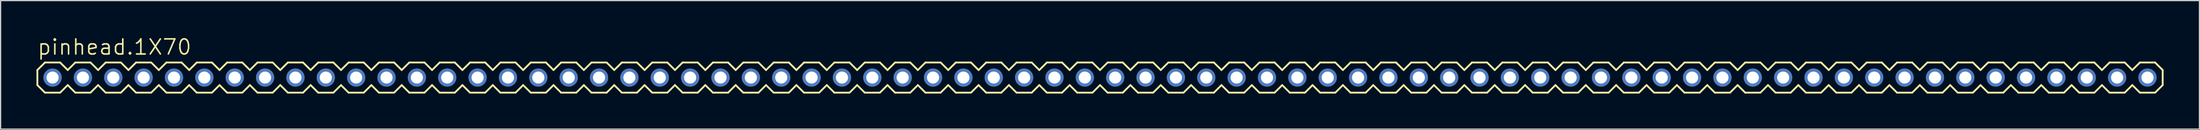
<source format=kicad_pcb>
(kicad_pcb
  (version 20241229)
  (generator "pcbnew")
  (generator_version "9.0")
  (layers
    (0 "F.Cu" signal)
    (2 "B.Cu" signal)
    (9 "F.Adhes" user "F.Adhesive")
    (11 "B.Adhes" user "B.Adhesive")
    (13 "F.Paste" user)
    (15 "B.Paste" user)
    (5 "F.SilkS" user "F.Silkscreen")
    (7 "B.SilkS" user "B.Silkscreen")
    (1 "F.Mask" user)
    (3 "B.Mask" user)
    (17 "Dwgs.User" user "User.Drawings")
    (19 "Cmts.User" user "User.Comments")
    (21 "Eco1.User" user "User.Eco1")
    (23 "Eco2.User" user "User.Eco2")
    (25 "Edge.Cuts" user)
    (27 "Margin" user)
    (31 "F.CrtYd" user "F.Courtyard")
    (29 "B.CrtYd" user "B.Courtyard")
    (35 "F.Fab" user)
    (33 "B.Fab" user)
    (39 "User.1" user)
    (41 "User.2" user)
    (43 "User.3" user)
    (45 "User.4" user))
  (footprint "pinhead.1X70"
    (layer "F.Cu")
    (at 88.976 3.489)
    (property "Reference" "pinhead.1X70" (at -88.976 -1.829 0) (layer "F.SilkS") (effects (font (size 1.27 1.27) (thickness 0.13)) (justify left bottom)))
    (attr through_hole)
    (fp_line (start -88.9 -0.635) (end -88.9 0.635) (stroke (width 0.152) (type default)) (layer "F.SilkS"))
    (fp_line (start -88.9 0.635) (end -88.265 1.27) (stroke (width 0.152) (type default)) (layer "F.SilkS"))
    (fp_line (start -88.265 -1.27) (end -88.9 -0.635) (stroke (width 0.152) (type default)) (layer "F.SilkS"))
    (fp_line (start -88.265 -1.27) (end -86.995 -1.27) (stroke (width 0.152) (type default)) (layer "F.SilkS"))
    (fp_line (start -86.995 -1.27) (end -86.36 -0.635) (stroke (width 0.152) (type default)) (layer "F.SilkS"))
    (fp_line (start -86.995 1.27) (end -88.265 1.27) (stroke (width 0.152) (type default)) (layer "F.SilkS"))
    (fp_line (start -86.36 -0.635) (end -85.725 -1.27) (stroke (width 0.152) (type default)) (layer "F.SilkS"))
    (fp_line (start -86.36 0.635) (end -86.995 1.27) (stroke (width 0.152) (type default)) (layer "F.SilkS"))
    (fp_line (start -85.725 -1.27) (end -84.455 -1.27) (stroke (width 0.152) (type default)) (layer "F.SilkS"))
    (fp_line (start -85.725 1.27) (end -86.36 0.635) (stroke (width 0.152) (type default)) (layer "F.SilkS"))
    (fp_line (start -84.455 -1.27) (end -83.82 -0.635) (stroke (width 0.152) (type default)) (layer "F.SilkS"))
    (fp_line (start -84.455 1.27) (end -85.725 1.27) (stroke (width 0.152) (type default)) (layer "F.SilkS"))
    (fp_line (start -83.82 -0.635) (end -83.185 -1.27) (stroke (width 0.152) (type default)) (layer "F.SilkS"))
    (fp_line (start -83.82 0.635) (end -84.455 1.27) (stroke (width 0.152) (type default)) (layer "F.SilkS"))
    (fp_line (start -83.185 -1.27) (end -81.915 -1.27) (stroke (width 0.152) (type default)) (layer "F.SilkS"))
    (fp_line (start -83.185 1.27) (end -83.82 0.635) (stroke (width 0.152) (type default)) (layer "F.SilkS"))
    (fp_line (start -81.915 -1.27) (end -81.28 -0.635) (stroke (width 0.152) (type default)) (layer "F.SilkS"))
    (fp_line (start -81.915 1.27) (end -83.185 1.27) (stroke (width 0.152) (type default)) (layer "F.SilkS"))
    (fp_line (start -81.28 0.635) (end -81.915 1.27) (stroke (width 0.152) (type default)) (layer "F.SilkS"))
    (fp_line (start -81.28 0.635) (end -80.645 1.27) (stroke (width 0.152) (type default)) (layer "F.SilkS"))
    (fp_line (start -80.645 -1.27) (end -81.28 -0.635) (stroke (width 0.152) (type default)) (layer "F.SilkS"))
    (fp_line (start -80.645 -1.27) (end -79.375 -1.27) (stroke (width 0.152) (type default)) (layer "F.SilkS"))
    (fp_line (start -79.375 -1.27) (end -78.74 -0.635) (stroke (width 0.152) (type default)) (layer "F.SilkS"))
    (fp_line (start -79.375 1.27) (end -80.645 1.27) (stroke (width 0.152) (type default)) (layer "F.SilkS"))
    (fp_line (start -78.74 -0.635) (end -78.105 -1.27) (stroke (width 0.152) (type default)) (layer "F.SilkS"))
    (fp_line (start -78.74 0.635) (end -79.375 1.27) (stroke (width 0.152) (type default)) (layer "F.SilkS"))
    (fp_line (start -78.105 -1.27) (end -76.835 -1.27) (stroke (width 0.152) (type default)) (layer "F.SilkS"))
    (fp_line (start -78.105 1.27) (end -78.74 0.635) (stroke (width 0.152) (type default)) (layer "F.SilkS"))
    (fp_line (start -76.835 -1.27) (end -76.2 -0.635) (stroke (width 0.152) (type default)) (layer "F.SilkS"))
    (fp_line (start -76.835 1.27) (end -78.105 1.27) (stroke (width 0.152) (type default)) (layer "F.SilkS"))
    (fp_line (start -76.2 -0.635) (end -75.565 -1.27) (stroke (width 0.152) (type default)) (layer "F.SilkS"))
    (fp_line (start -76.2 0.635) (end -76.835 1.27) (stroke (width 0.152) (type default)) (layer "F.SilkS"))
    (fp_line (start -75.565 -1.27) (end -74.295 -1.27) (stroke (width 0.152) (type default)) (layer "F.SilkS"))
    (fp_line (start -75.565 1.27) (end -76.2 0.635) (stroke (width 0.152) (type default)) (layer "F.SilkS"))
    (fp_line (start -74.295 -1.27) (end -73.66 -0.635) (stroke (width 0.152) (type default)) (layer "F.SilkS"))
    (fp_line (start -74.295 1.27) (end -75.565 1.27) (stroke (width 0.152) (type default)) (layer "F.SilkS"))
    (fp_line (start -73.66 0.635) (end -74.295 1.27) (stroke (width 0.152) (type default)) (layer "F.SilkS"))
    (fp_line (start -73.66 0.635) (end -73.025 1.27) (stroke (width 0.152) (type default)) (layer "F.SilkS"))
    (fp_line (start -73.025 -1.27) (end -73.66 -0.635) (stroke (width 0.152) (type default)) (layer "F.SilkS"))
    (fp_line (start -73.025 -1.27) (end -71.755 -1.27) (stroke (width 0.152) (type default)) (layer "F.SilkS"))
    (fp_line (start -71.755 -1.27) (end -71.12 -0.635) (stroke (width 0.152) (type default)) (layer "F.SilkS"))
    (fp_line (start -71.755 1.27) (end -73.025 1.27) (stroke (width 0.152) (type default)) (layer "F.SilkS"))
    (fp_line (start -71.12 -0.635) (end -70.485 -1.27) (stroke (width 0.152) (type default)) (layer "F.SilkS"))
    (fp_line (start -71.12 0.635) (end -71.755 1.27) (stroke (width 0.152) (type default)) (layer "F.SilkS"))
    (fp_line (start -70.485 -1.27) (end -69.215 -1.27) (stroke (width 0.152) (type default)) (layer "F.SilkS"))
    (fp_line (start -70.485 1.27) (end -71.12 0.635) (stroke (width 0.152) (type default)) (layer "F.SilkS"))
    (fp_line (start -69.215 -1.27) (end -68.58 -0.635) (stroke (width 0.152) (type default)) (layer "F.SilkS"))
    (fp_line (start -69.215 1.27) (end -70.485 1.27) (stroke (width 0.152) (type default)) (layer "F.SilkS"))
    (fp_line (start -68.58 -0.635) (end -67.945 -1.27) (stroke (width 0.152) (type default)) (layer "F.SilkS"))
    (fp_line (start -68.58 0.635) (end -69.215 1.27) (stroke (width 0.152) (type default)) (layer "F.SilkS"))
    (fp_line (start -67.945 -1.27) (end -66.675 -1.27) (stroke (width 0.152) (type default)) (layer "F.SilkS"))
    (fp_line (start -67.945 1.27) (end -68.58 0.635) (stroke (width 0.152) (type default)) (layer "F.SilkS"))
    (fp_line (start -66.675 -1.27) (end -66.04 -0.635) (stroke (width 0.152) (type default)) (layer "F.SilkS"))
    (fp_line (start -66.675 1.27) (end -67.945 1.27) (stroke (width 0.152) (type default)) (layer "F.SilkS"))
    (fp_line (start -66.04 0.635) (end -66.675 1.27) (stroke (width 0.152) (type default)) (layer "F.SilkS"))
    (fp_line (start -66.04 0.635) (end -65.405 1.27) (stroke (width 0.152) (type default)) (layer "F.SilkS"))
    (fp_line (start -65.405 -1.27) (end -66.04 -0.635) (stroke (width 0.152) (type default)) (layer "F.SilkS"))
    (fp_line (start -65.405 -1.27) (end -64.135 -1.27) (stroke (width 0.152) (type default)) (layer "F.SilkS"))
    (fp_line (start -64.135 -1.27) (end -63.5 -0.635) (stroke (width 0.152) (type default)) (layer "F.SilkS"))
    (fp_line (start -64.135 1.27) (end -65.405 1.27) (stroke (width 0.152) (type default)) (layer "F.SilkS"))
    (fp_line (start -63.5 -0.635) (end -62.865 -1.27) (stroke (width 0.152) (type default)) (layer "F.SilkS"))
    (fp_line (start -63.5 0.635) (end -64.135 1.27) (stroke (width 0.152) (type default)) (layer "F.SilkS"))
    (fp_line (start -62.865 -1.27) (end -61.595 -1.27) (stroke (width 0.152) (type default)) (layer "F.SilkS"))
    (fp_line (start -62.865 1.27) (end -63.5 0.635) (stroke (width 0.152) (type default)) (layer "F.SilkS"))
    (fp_line (start -61.595 -1.27) (end -60.96 -0.635) (stroke (width 0.152) (type default)) (layer "F.SilkS"))
    (fp_line (start -61.595 1.27) (end -62.865 1.27) (stroke (width 0.152) (type default)) (layer "F.SilkS"))
    (fp_line (start -60.96 -0.635) (end -60.325 -1.27) (stroke (width 0.152) (type default)) (layer "F.SilkS"))
    (fp_line (start -60.96 0.635) (end -61.595 1.27) (stroke (width 0.152) (type default)) (layer "F.SilkS"))
    (fp_line (start -60.325 -1.27) (end -59.055 -1.27) (stroke (width 0.152) (type default)) (layer "F.SilkS"))
    (fp_line (start -60.325 1.27) (end -60.96 0.635) (stroke (width 0.152) (type default)) (layer "F.SilkS"))
    (fp_line (start -59.055 -1.27) (end -58.42 -0.635) (stroke (width 0.152) (type default)) (layer "F.SilkS"))
    (fp_line (start -59.055 1.27) (end -60.325 1.27) (stroke (width 0.152) (type default)) (layer "F.SilkS"))
    (fp_line (start -58.42 0.635) (end -59.055 1.27) (stroke (width 0.152) (type default)) (layer "F.SilkS"))
    (fp_line (start -58.42 0.635) (end -57.785 1.27) (stroke (width 0.152) (type default)) (layer "F.SilkS"))
    (fp_line (start -57.785 -1.27) (end -58.42 -0.635) (stroke (width 0.152) (type default)) (layer "F.SilkS"))
    (fp_line (start -57.785 -1.27) (end -56.515 -1.27) (stroke (width 0.152) (type default)) (layer "F.SilkS"))
    (fp_line (start -56.515 -1.27) (end -55.88 -0.635) (stroke (width 0.152) (type default)) (layer "F.SilkS"))
    (fp_line (start -56.515 1.27) (end -57.785 1.27) (stroke (width 0.152) (type default)) (layer "F.SilkS"))
    (fp_line (start -55.88 -0.635) (end -55.245 -1.27) (stroke (width 0.152) (type default)) (layer "F.SilkS"))
    (fp_line (start -55.88 0.635) (end -56.515 1.27) (stroke (width 0.152) (type default)) (layer "F.SilkS"))
    (fp_line (start -55.245 -1.27) (end -53.975 -1.27) (stroke (width 0.152) (type default)) (layer "F.SilkS"))
    (fp_line (start -55.245 1.27) (end -55.88 0.635) (stroke (width 0.152) (type default)) (layer "F.SilkS"))
    (fp_line (start -53.975 -1.27) (end -53.34 -0.635) (stroke (width 0.152) (type default)) (layer "F.SilkS"))
    (fp_line (start -53.975 1.27) (end -55.245 1.27) (stroke (width 0.152) (type default)) (layer "F.SilkS"))
    (fp_line (start -53.34 -0.635) (end -52.705 -1.27) (stroke (width 0.152) (type default)) (layer "F.SilkS"))
    (fp_line (start -53.34 0.635) (end -53.975 1.27) (stroke (width 0.152) (type default)) (layer "F.SilkS"))
    (fp_line (start -52.705 -1.27) (end -51.435 -1.27) (stroke (width 0.152) (type default)) (layer "F.SilkS"))
    (fp_line (start -52.705 1.27) (end -53.34 0.635) (stroke (width 0.152) (type default)) (layer "F.SilkS"))
    (fp_line (start -51.435 -1.27) (end -50.8 -0.635) (stroke (width 0.152) (type default)) (layer "F.SilkS"))
    (fp_line (start -51.435 1.27) (end -52.705 1.27) (stroke (width 0.152) (type default)) (layer "F.SilkS"))
    (fp_line (start -50.8 0.635) (end -51.435 1.27) (stroke (width 0.152) (type default)) (layer "F.SilkS"))
    (fp_line (start -50.8 0.635) (end -50.165 1.27) (stroke (width 0.152) (type default)) (layer "F.SilkS"))
    (fp_line (start -50.165 -1.27) (end -50.8 -0.635) (stroke (width 0.152) (type default)) (layer "F.SilkS"))
    (fp_line (start -50.165 -1.27) (end -48.895 -1.27) (stroke (width 0.152) (type default)) (layer "F.SilkS"))
    (fp_line (start -48.895 -1.27) (end -48.26 -0.635) (stroke (width 0.152) (type default)) (layer "F.SilkS"))
    (fp_line (start -48.895 1.27) (end -50.165 1.27) (stroke (width 0.152) (type default)) (layer "F.SilkS"))
    (fp_line (start -48.26 -0.635) (end -47.625 -1.27) (stroke (width 0.152) (type default)) (layer "F.SilkS"))
    (fp_line (start -48.26 0.635) (end -48.895 1.27) (stroke (width 0.152) (type default)) (layer "F.SilkS"))
    (fp_line (start -47.625 -1.27) (end -46.355 -1.27) (stroke (width 0.152) (type default)) (layer "F.SilkS"))
    (fp_line (start -47.625 1.27) (end -48.26 0.635) (stroke (width 0.152) (type default)) (layer "F.SilkS"))
    (fp_line (start -46.355 -1.27) (end -45.72 -0.635) (stroke (width 0.152) (type default)) (layer "F.SilkS"))
    (fp_line (start -46.355 1.27) (end -47.625 1.27) (stroke (width 0.152) (type default)) (layer "F.SilkS"))
    (fp_line (start -45.72 -0.635) (end -45.085 -1.27) (stroke (width 0.152) (type default)) (layer "F.SilkS"))
    (fp_line (start -45.72 0.635) (end -46.355 1.27) (stroke (width 0.152) (type default)) (layer "F.SilkS"))
    (fp_line (start -45.085 -1.27) (end -43.815 -1.27) (stroke (width 0.152) (type default)) (layer "F.SilkS"))
    (fp_line (start -45.085 1.27) (end -45.72 0.635) (stroke (width 0.152) (type default)) (layer "F.SilkS"))
    (fp_line (start -43.815 -1.27) (end -43.18 -0.635) (stroke (width 0.152) (type default)) (layer "F.SilkS"))
    (fp_line (start -43.815 1.27) (end -45.085 1.27) (stroke (width 0.152) (type default)) (layer "F.SilkS"))
    (fp_line (start -43.18 0.635) (end -43.815 1.27) (stroke (width 0.152) (type default)) (layer "F.SilkS"))
    (fp_line (start -43.18 0.635) (end -42.545 1.27) (stroke (width 0.152) (type default)) (layer "F.SilkS"))
    (fp_line (start -42.545 -1.27) (end -43.18 -0.635) (stroke (width 0.152) (type default)) (layer "F.SilkS"))
    (fp_line (start -42.545 -1.27) (end -41.275 -1.27) (stroke (width 0.152) (type default)) (layer "F.SilkS"))
    (fp_line (start -41.275 -1.27) (end -40.64 -0.635) (stroke (width 0.152) (type default)) (layer "F.SilkS"))
    (fp_line (start -41.275 1.27) (end -42.545 1.27) (stroke (width 0.152) (type default)) (layer "F.SilkS"))
    (fp_line (start -40.64 0.635) (end -41.275 1.27) (stroke (width 0.152) (type default)) (layer "F.SilkS"))
    (fp_line (start -40.64 0.635) (end -40.005 1.27) (stroke (width 0.152) (type default)) (layer "F.SilkS"))
    (fp_line (start -40.005 -1.27) (end -40.64 -0.635) (stroke (width 0.152) (type default)) (layer "F.SilkS"))
    (fp_line (start -40.005 -1.27) (end -38.735 -1.27) (stroke (width 0.152) (type default)) (layer "F.SilkS"))
    (fp_line (start -38.735 -1.27) (end -38.1 -0.635) (stroke (width 0.152) (type default)) (layer "F.SilkS"))
    (fp_line (start -38.735 1.27) (end -40.005 1.27) (stroke (width 0.152) (type default)) (layer "F.SilkS"))
    (fp_line (start -38.1 0.635) (end -38.735 1.27) (stroke (width 0.152) (type default)) (layer "F.SilkS"))
    (fp_line (start -38.1 0.635) (end -37.465 1.27) (stroke (width 0.152) (type default)) (layer "F.SilkS"))
    (fp_line (start -37.465 -1.27) (end -38.1 -0.635) (stroke (width 0.152) (type default)) (layer "F.SilkS"))
    (fp_line (start -37.465 -1.27) (end -36.195 -1.27) (stroke (width 0.152) (type default)) (layer "F.SilkS"))
    (fp_line (start -36.195 -1.27) (end -35.56 -0.635) (stroke (width 0.152) (type default)) (layer "F.SilkS"))
    (fp_line (start -36.195 1.27) (end -37.465 1.27) (stroke (width 0.152) (type default)) (layer "F.SilkS"))
    (fp_line (start -35.56 0.635) (end -36.195 1.27) (stroke (width 0.152) (type default)) (layer "F.SilkS"))
    (fp_line (start -35.56 0.635) (end -34.925 1.27) (stroke (width 0.152) (type default)) (layer "F.SilkS"))
    (fp_line (start -34.925 -1.27) (end -35.56 -0.635) (stroke (width 0.152) (type default)) (layer "F.SilkS"))
    (fp_line (start -34.925 -1.27) (end -33.655 -1.27) (stroke (width 0.152) (type default)) (layer "F.SilkS"))
    (fp_line (start -33.655 -1.27) (end -33.02 -0.635) (stroke (width 0.152) (type default)) (layer "F.SilkS"))
    (fp_line (start -33.655 1.27) (end -34.925 1.27) (stroke (width 0.152) (type default)) (layer "F.SilkS"))
    (fp_line (start -33.02 0.635) (end -33.655 1.27) (stroke (width 0.152) (type default)) (layer "F.SilkS"))
    (fp_line (start -33.02 0.635) (end -32.385 1.27) (stroke (width 0.152) (type default)) (layer "F.SilkS"))
    (fp_line (start -32.385 -1.27) (end -33.02 -0.635) (stroke (width 0.152) (type default)) (layer "F.SilkS"))
    (fp_line (start -32.385 -1.27) (end -31.115 -1.27) (stroke (width 0.152) (type default)) (layer "F.SilkS"))
    (fp_line (start -31.115 -1.27) (end -30.48 -0.635) (stroke (width 0.152) (type default)) (layer "F.SilkS"))
    (fp_line (start -31.115 1.27) (end -32.385 1.27) (stroke (width 0.152) (type default)) (layer "F.SilkS"))
    (fp_line (start -30.48 0.635) (end -31.115 1.27) (stroke (width 0.152) (type default)) (layer "F.SilkS"))
    (fp_line (start -30.48 0.635) (end -29.845 1.27) (stroke (width 0.152) (type default)) (layer "F.SilkS"))
    (fp_line (start -29.845 -1.27) (end -30.48 -0.635) (stroke (width 0.152) (type default)) (layer "F.SilkS"))
    (fp_line (start -29.845 -1.27) (end -28.575 -1.27) (stroke (width 0.152) (type default)) (layer "F.SilkS"))
    (fp_line (start -28.575 -1.27) (end -27.94 -0.635) (stroke (width 0.152) (type default)) (layer "F.SilkS"))
    (fp_line (start -28.575 1.27) (end -29.845 1.27) (stroke (width 0.152) (type default)) (layer "F.SilkS"))
    (fp_line (start -27.94 0.635) (end -28.575 1.27) (stroke (width 0.152) (type default)) (layer "F.SilkS"))
    (fp_line (start -27.94 0.635) (end -27.305 1.27) (stroke (width 0.152) (type default)) (layer "F.SilkS"))
    (fp_line (start -27.305 -1.27) (end -27.94 -0.635) (stroke (width 0.152) (type default)) (layer "F.SilkS"))
    (fp_line (start -27.305 -1.27) (end -26.035 -1.27) (stroke (width 0.152) (type default)) (layer "F.SilkS"))
    (fp_line (start -26.035 -1.27) (end -25.4 -0.635) (stroke (width 0.152) (type default)) (layer "F.SilkS"))
    (fp_line (start -26.035 1.27) (end -27.305 1.27) (stroke (width 0.152) (type default)) (layer "F.SilkS"))
    (fp_line (start -25.4 0.635) (end -26.035 1.27) (stroke (width 0.152) (type default)) (layer "F.SilkS"))
    (fp_line (start -25.4 0.635) (end -24.765 1.27) (stroke (width 0.152) (type default)) (layer "F.SilkS"))
    (fp_line (start -24.765 -1.27) (end -25.4 -0.635) (stroke (width 0.152) (type default)) (layer "F.SilkS"))
    (fp_line (start -24.765 -1.27) (end -23.495 -1.27) (stroke (width 0.152) (type default)) (layer "F.SilkS"))
    (fp_line (start -23.495 -1.27) (end -22.86 -0.635) (stroke (width 0.152) (type default)) (layer "F.SilkS"))
    (fp_line (start -23.495 1.27) (end -24.765 1.27) (stroke (width 0.152) (type default)) (layer "F.SilkS"))
    (fp_line (start -22.86 0.635) (end -23.495 1.27) (stroke (width 0.152) (type default)) (layer "F.SilkS"))
    (fp_line (start -22.86 0.635) (end -22.225 1.27) (stroke (width 0.152) (type default)) (layer "F.SilkS"))
    (fp_line (start -22.225 -1.27) (end -22.86 -0.635) (stroke (width 0.152) (type default)) (layer "F.SilkS"))
    (fp_line (start -22.225 -1.27) (end -20.955 -1.27) (stroke (width 0.152) (type default)) (layer "F.SilkS"))
    (fp_line (start -20.955 -1.27) (end -20.32 -0.635) (stroke (width 0.152) (type default)) (layer "F.SilkS"))
    (fp_line (start -20.955 1.27) (end -22.225 1.27) (stroke (width 0.152) (type default)) (layer "F.SilkS"))
    (fp_line (start -20.32 0.635) (end -20.955 1.27) (stroke (width 0.152) (type default)) (layer "F.SilkS"))
    (fp_line (start -20.32 0.635) (end -19.685 1.27) (stroke (width 0.152) (type default)) (layer "F.SilkS"))
    (fp_line (start -19.685 -1.27) (end -20.32 -0.635) (stroke (width 0.152) (type default)) (layer "F.SilkS"))
    (fp_line (start -19.685 -1.27) (end -18.415 -1.27) (stroke (width 0.152) (type default)) (layer "F.SilkS"))
    (fp_line (start -18.415 -1.27) (end -17.78 -0.635) (stroke (width 0.152) (type default)) (layer "F.SilkS"))
    (fp_line (start -18.415 1.27) (end -19.685 1.27) (stroke (width 0.152) (type default)) (layer "F.SilkS"))
    (fp_line (start -17.78 0.635) (end -18.415 1.27) (stroke (width 0.152) (type default)) (layer "F.SilkS"))
    (fp_line (start -17.78 0.635) (end -17.145 1.27) (stroke (width 0.152) (type default)) (layer "F.SilkS"))
    (fp_line (start -17.145 -1.27) (end -17.78 -0.635) (stroke (width 0.152) (type default)) (layer "F.SilkS"))
    (fp_line (start -17.145 -1.27) (end -15.875 -1.27) (stroke (width 0.152) (type default)) (layer "F.SilkS"))
    (fp_line (start -15.875 -1.27) (end -15.24 -0.635) (stroke (width 0.152) (type default)) (layer "F.SilkS"))
    (fp_line (start -15.875 1.27) (end -17.145 1.27) (stroke (width 0.152) (type default)) (layer "F.SilkS"))
    (fp_line (start -15.24 0.635) (end -15.875 1.27) (stroke (width 0.152) (type default)) (layer "F.SilkS"))
    (fp_line (start -15.24 0.635) (end -14.605 1.27) (stroke (width 0.152) (type default)) (layer "F.SilkS"))
    (fp_line (start -14.605 -1.27) (end -15.24 -0.635) (stroke (width 0.152) (type default)) (layer "F.SilkS"))
    (fp_line (start -14.605 -1.27) (end -13.335 -1.27) (stroke (width 0.152) (type default)) (layer "F.SilkS"))
    (fp_line (start -13.335 -1.27) (end -12.7 -0.635) (stroke (width 0.152) (type default)) (layer "F.SilkS"))
    (fp_line (start -13.335 1.27) (end -14.605 1.27) (stroke (width 0.152) (type default)) (layer "F.SilkS"))
    (fp_line (start -12.7 0.635) (end -13.335 1.27) (stroke (width 0.152) (type default)) (layer "F.SilkS"))
    (fp_line (start -12.7 0.635) (end -12.065 1.27) (stroke (width 0.152) (type default)) (layer "F.SilkS"))
    (fp_line (start -12.065 -1.27) (end -12.7 -0.635) (stroke (width 0.152) (type default)) (layer "F.SilkS"))
    (fp_line (start -12.065 -1.27) (end -10.795 -1.27) (stroke (width 0.152) (type default)) (layer "F.SilkS"))
    (fp_line (start -10.795 -1.27) (end -10.16 -0.635) (stroke (width 0.152) (type default)) (layer "F.SilkS"))
    (fp_line (start -10.795 1.27) (end -12.065 1.27) (stroke (width 0.152) (type default)) (layer "F.SilkS"))
    (fp_line (start -10.16 -0.635) (end -9.525 -1.27) (stroke (width 0.152) (type default)) (layer "F.SilkS"))
    (fp_line (start -10.16 0.635) (end -10.795 1.27) (stroke (width 0.152) (type default)) (layer "F.SilkS"))
    (fp_line (start -9.525 -1.27) (end -8.255 -1.27) (stroke (width 0.152) (type default)) (layer "F.SilkS"))
    (fp_line (start -9.525 1.27) (end -10.16 0.635) (stroke (width 0.152) (type default)) (layer "F.SilkS"))
    (fp_line (start -8.255 -1.27) (end -7.62 -0.635) (stroke (width 0.152) (type default)) (layer "F.SilkS"))
    (fp_line (start -8.255 1.27) (end -9.525 1.27) (stroke (width 0.152) (type default)) (layer "F.SilkS"))
    (fp_line (start -7.62 -0.635) (end -6.985 -1.27) (stroke (width 0.152) (type default)) (layer "F.SilkS"))
    (fp_line (start -7.62 0.635) (end -8.255 1.27) (stroke (width 0.152) (type default)) (layer "F.SilkS"))
    (fp_line (start -6.985 -1.27) (end -5.715 -1.27) (stroke (width 0.152) (type default)) (layer "F.SilkS"))
    (fp_line (start -6.985 1.27) (end -7.62 0.635) (stroke (width 0.152) (type default)) (layer "F.SilkS"))
    (fp_line (start -5.715 -1.27) (end -5.08 -0.635) (stroke (width 0.152) (type default)) (layer "F.SilkS"))
    (fp_line (start -5.715 1.27) (end -6.985 1.27) (stroke (width 0.152) (type default)) (layer "F.SilkS"))
    (fp_line (start -5.08 0.635) (end -5.715 1.27) (stroke (width 0.152) (type default)) (layer "F.SilkS"))
    (fp_line (start -5.08 0.635) (end -4.445 1.27) (stroke (width 0.152) (type default)) (layer "F.SilkS"))
    (fp_line (start -4.445 -1.27) (end -5.08 -0.635) (stroke (width 0.152) (type default)) (layer "F.SilkS"))
    (fp_line (start -4.445 -1.27) (end -3.175 -1.27) (stroke (width 0.152) (type default)) (layer "F.SilkS"))
    (fp_line (start -3.175 -1.27) (end -2.54 -0.635) (stroke (width 0.152) (type default)) (layer "F.SilkS"))
    (fp_line (start -3.175 1.27) (end -4.445 1.27) (stroke (width 0.152) (type default)) (layer "F.SilkS"))
    (fp_line (start -2.54 -0.635) (end -1.905 -1.27) (stroke (width 0.152) (type default)) (layer "F.SilkS"))
    (fp_line (start -2.54 0.635) (end -3.175 1.27) (stroke (width 0.152) (type default)) (layer "F.SilkS"))
    (fp_line (start -1.905 -1.27) (end -0.635 -1.27) (stroke (width 0.152) (type default)) (layer "F.SilkS"))
    (fp_line (start -1.905 1.27) (end -2.54 0.635) (stroke (width 0.152) (type default)) (layer "F.SilkS"))
    (fp_line (start -0.635 -1.27) (end 0 -0.635) (stroke (width 0.152) (type default)) (layer "F.SilkS"))
    (fp_line (start -0.635 1.27) (end -1.905 1.27) (stroke (width 0.152) (type default)) (layer "F.SilkS"))
    (fp_line (start 0 -0.635) (end 0.635 -1.27) (stroke (width 0.152) (type default)) (layer "F.SilkS"))
    (fp_line (start 0 0.635) (end -0.635 1.27) (stroke (width 0.152) (type default)) (layer "F.SilkS"))
    (fp_line (start 0.635 -1.27) (end 1.905 -1.27) (stroke (width 0.152) (type default)) (layer "F.SilkS"))
    (fp_line (start 0.635 1.27) (end 0 0.635) (stroke (width 0.152) (type default)) (layer "F.SilkS"))
    (fp_line (start 1.905 -1.27) (end 2.54 -0.635) (stroke (width 0.152) (type default)) (layer "F.SilkS"))
    (fp_line (start 1.905 1.27) (end 0.635 1.27) (stroke (width 0.152) (type default)) (layer "F.SilkS"))
    (fp_line (start 2.54 0.635) (end 1.905 1.27) (stroke (width 0.152) (type default)) (layer "F.SilkS"))
    (fp_line (start 2.54 0.635) (end 3.175 1.27) (stroke (width 0.152) (type default)) (layer "F.SilkS"))
    (fp_line (start 3.175 -1.27) (end 2.54 -0.635) (stroke (width 0.152) (type default)) (layer "F.SilkS"))
    (fp_line (start 3.175 -1.27) (end 4.445 -1.27) (stroke (width 0.152) (type default)) (layer "F.SilkS"))
    (fp_line (start 4.445 -1.27) (end 5.08 -0.635) (stroke (width 0.152) (type default)) (layer "F.SilkS"))
    (fp_line (start 4.445 1.27) (end 3.175 1.27) (stroke (width 0.152) (type default)) (layer "F.SilkS"))
    (fp_line (start 5.08 -0.635) (end 5.715 -1.27) (stroke (width 0.152) (type default)) (layer "F.SilkS"))
    (fp_line (start 5.08 0.635) (end 4.445 1.27) (stroke (width 0.152) (type default)) (layer "F.SilkS"))
    (fp_line (start 5.715 -1.27) (end 6.985 -1.27) (stroke (width 0.152) (type default)) (layer "F.SilkS"))
    (fp_line (start 5.715 1.27) (end 5.08 0.635) (stroke (width 0.152) (type default)) (layer "F.SilkS"))
    (fp_line (start 6.985 -1.27) (end 7.62 -0.635) (stroke (width 0.152) (type default)) (layer "F.SilkS"))
    (fp_line (start 6.985 1.27) (end 5.715 1.27) (stroke (width 0.152) (type default)) (layer "F.SilkS"))
    (fp_line (start 7.62 -0.635) (end 8.255 -1.27) (stroke (width 0.152) (type default)) (layer "F.SilkS"))
    (fp_line (start 7.62 0.635) (end 6.985 1.27) (stroke (width 0.152) (type default)) (layer "F.SilkS"))
    (fp_line (start 8.255 -1.27) (end 9.525 -1.27) (stroke (width 0.152) (type default)) (layer "F.SilkS"))
    (fp_line (start 8.255 1.27) (end 7.62 0.635) (stroke (width 0.152) (type default)) (layer "F.SilkS"))
    (fp_line (start 9.525 -1.27) (end 10.16 -0.635) (stroke (width 0.152) (type default)) (layer "F.SilkS"))
    (fp_line (start 9.525 1.27) (end 8.255 1.27) (stroke (width 0.152) (type default)) (layer "F.SilkS"))
    (fp_line (start 10.16 0.635) (end 9.525 1.27) (stroke (width 0.152) (type default)) (layer "F.SilkS"))
    (fp_line (start 10.16 0.635) (end 10.795 1.27) (stroke (width 0.152) (type default)) (layer "F.SilkS"))
    (fp_line (start 10.795 -1.27) (end 10.16 -0.635) (stroke (width 0.152) (type default)) (layer "F.SilkS"))
    (fp_line (start 10.795 -1.27) (end 12.065 -1.27) (stroke (width 0.152) (type default)) (layer "F.SilkS"))
    (fp_line (start 12.065 -1.27) (end 12.7 -0.635) (stroke (width 0.152) (type default)) (layer "F.SilkS"))
    (fp_line (start 12.065 1.27) (end 10.795 1.27) (stroke (width 0.152) (type default)) (layer "F.SilkS"))
    (fp_line (start 12.7 0.635) (end 12.065 1.27) (stroke (width 0.152) (type default)) (layer "F.SilkS"))
    (fp_line (start 12.7 0.635) (end 13.335 1.27) (stroke (width 0.152) (type default)) (layer "F.SilkS"))
    (fp_line (start 13.335 -1.27) (end 12.7 -0.635) (stroke (width 0.152) (type default)) (layer "F.SilkS"))
    (fp_line (start 13.335 -1.27) (end 14.605 -1.27) (stroke (width 0.152) (type default)) (layer "F.SilkS"))
    (fp_line (start 14.605 -1.27) (end 15.24 -0.635) (stroke (width 0.152) (type default)) (layer "F.SilkS"))
    (fp_line (start 14.605 1.27) (end 13.335 1.27) (stroke (width 0.152) (type default)) (layer "F.SilkS"))
    (fp_line (start 15.24 -0.635) (end 15.875 -1.27) (stroke (width 0.152) (type default)) (layer "F.SilkS"))
    (fp_line (start 15.24 0.635) (end 14.605 1.27) (stroke (width 0.152) (type default)) (layer "F.SilkS"))
    (fp_line (start 15.875 -1.27) (end 17.145 -1.27) (stroke (width 0.152) (type default)) (layer "F.SilkS"))
    (fp_line (start 15.875 1.27) (end 15.24 0.635) (stroke (width 0.152) (type default)) (layer "F.SilkS"))
    (fp_line (start 17.145 -1.27) (end 17.78 -0.635) (stroke (width 0.152) (type default)) (layer "F.SilkS"))
    (fp_line (start 17.145 1.27) (end 15.875 1.27) (stroke (width 0.152) (type default)) (layer "F.SilkS"))
    (fp_line (start 17.78 -0.635) (end 18.415 -1.27) (stroke (width 0.152) (type default)) (layer "F.SilkS"))
    (fp_line (start 17.78 0.635) (end 17.145 1.27) (stroke (width 0.152) (type default)) (layer "F.SilkS"))
    (fp_line (start 18.415 -1.27) (end 19.685 -1.27) (stroke (width 0.152) (type default)) (layer "F.SilkS"))
    (fp_line (start 18.415 1.27) (end 17.78 0.635) (stroke (width 0.152) (type default)) (layer "F.SilkS"))
    (fp_line (start 19.685 -1.27) (end 20.32 -0.635) (stroke (width 0.152) (type default)) (layer "F.SilkS"))
    (fp_line (start 19.685 1.27) (end 18.415 1.27) (stroke (width 0.152) (type default)) (layer "F.SilkS"))
    (fp_line (start 20.32 0.635) (end 19.685 1.27) (stroke (width 0.152) (type default)) (layer "F.SilkS"))
    (fp_line (start 20.32 0.635) (end 20.955 1.27) (stroke (width 0.152) (type default)) (layer "F.SilkS"))
    (fp_line (start 20.955 -1.27) (end 20.32 -0.635) (stroke (width 0.152) (type default)) (layer "F.SilkS"))
    (fp_line (start 20.955 -1.27) (end 22.225 -1.27) (stroke (width 0.152) (type default)) (layer "F.SilkS"))
    (fp_line (start 22.225 -1.27) (end 22.86 -0.635) (stroke (width 0.152) (type default)) (layer "F.SilkS"))
    (fp_line (start 22.225 1.27) (end 20.955 1.27) (stroke (width 0.152) (type default)) (layer "F.SilkS"))
    (fp_line (start 22.86 -0.635) (end 23.495 -1.27) (stroke (width 0.152) (type default)) (layer "F.SilkS"))
    (fp_line (start 22.86 0.635) (end 22.225 1.27) (stroke (width 0.152) (type default)) (layer "F.SilkS"))
    (fp_line (start 23.495 -1.27) (end 24.765 -1.27) (stroke (width 0.152) (type default)) (layer "F.SilkS"))
    (fp_line (start 23.495 1.27) (end 22.86 0.635) (stroke (width 0.152) (type default)) (layer "F.SilkS"))
    (fp_line (start 24.765 -1.27) (end 25.4 -0.635) (stroke (width 0.152) (type default)) (layer "F.SilkS"))
    (fp_line (start 24.765 1.27) (end 23.495 1.27) (stroke (width 0.152) (type default)) (layer "F.SilkS"))
    (fp_line (start 25.4 -0.635) (end 26.035 -1.27) (stroke (width 0.152) (type default)) (layer "F.SilkS"))
    (fp_line (start 25.4 0.635) (end 24.765 1.27) (stroke (width 0.152) (type default)) (layer "F.SilkS"))
    (fp_line (start 26.035 -1.27) (end 27.305 -1.27) (stroke (width 0.152) (type default)) (layer "F.SilkS"))
    (fp_line (start 26.035 1.27) (end 25.4 0.635) (stroke (width 0.152) (type default)) (layer "F.SilkS"))
    (fp_line (start 27.305 -1.27) (end 27.94 -0.635) (stroke (width 0.152) (type default)) (layer "F.SilkS"))
    (fp_line (start 27.305 1.27) (end 26.035 1.27) (stroke (width 0.152) (type default)) (layer "F.SilkS"))
    (fp_line (start 27.94 0.635) (end 27.305 1.27) (stroke (width 0.152) (type default)) (layer "F.SilkS"))
    (fp_line (start 27.94 0.635) (end 28.575 1.27) (stroke (width 0.152) (type default)) (layer "F.SilkS"))
    (fp_line (start 28.575 -1.27) (end 27.94 -0.635) (stroke (width 0.152) (type default)) (layer "F.SilkS"))
    (fp_line (start 28.575 -1.27) (end 29.845 -1.27) (stroke (width 0.152) (type default)) (layer "F.SilkS"))
    (fp_line (start 29.845 -1.27) (end 30.48 -0.635) (stroke (width 0.152) (type default)) (layer "F.SilkS"))
    (fp_line (start 29.845 1.27) (end 28.575 1.27) (stroke (width 0.152) (type default)) (layer "F.SilkS"))
    (fp_line (start 30.48 -0.635) (end 31.115 -1.27) (stroke (width 0.152) (type default)) (layer "F.SilkS"))
    (fp_line (start 30.48 0.635) (end 29.845 1.27) (stroke (width 0.152) (type default)) (layer "F.SilkS"))
    (fp_line (start 31.115 -1.27) (end 32.385 -1.27) (stroke (width 0.152) (type default)) (layer "F.SilkS"))
    (fp_line (start 31.115 1.27) (end 30.48 0.635) (stroke (width 0.152) (type default)) (layer "F.SilkS"))
    (fp_line (start 32.385 -1.27) (end 33.02 -0.635) (stroke (width 0.152) (type default)) (layer "F.SilkS"))
    (fp_line (start 32.385 1.27) (end 31.115 1.27) (stroke (width 0.152) (type default)) (layer "F.SilkS"))
    (fp_line (start 33.02 -0.635) (end 33.655 -1.27) (stroke (width 0.152) (type default)) (layer "F.SilkS"))
    (fp_line (start 33.02 0.635) (end 32.385 1.27) (stroke (width 0.152) (type default)) (layer "F.SilkS"))
    (fp_line (start 33.655 -1.27) (end 34.925 -1.27) (stroke (width 0.152) (type default)) (layer "F.SilkS"))
    (fp_line (start 33.655 1.27) (end 33.02 0.635) (stroke (width 0.152) (type default)) (layer "F.SilkS"))
    (fp_line (start 34.925 -1.27) (end 35.56 -0.635) (stroke (width 0.152) (type default)) (layer "F.SilkS"))
    (fp_line (start 34.925 1.27) (end 33.655 1.27) (stroke (width 0.152) (type default)) (layer "F.SilkS"))
    (fp_line (start 35.56 0.635) (end 34.925 1.27) (stroke (width 0.152) (type default)) (layer "F.SilkS"))
    (fp_line (start 35.56 0.635) (end 36.195 1.27) (stroke (width 0.152) (type default)) (layer "F.SilkS"))
    (fp_line (start 36.195 -1.27) (end 35.56 -0.635) (stroke (width 0.152) (type default)) (layer "F.SilkS"))
    (fp_line (start 36.195 -1.27) (end 37.465 -1.27) (stroke (width 0.152) (type default)) (layer "F.SilkS"))
    (fp_line (start 37.465 -1.27) (end 38.1 -0.635) (stroke (width 0.152) (type default)) (layer "F.SilkS"))
    (fp_line (start 37.465 1.27) (end 36.195 1.27) (stroke (width 0.152) (type default)) (layer "F.SilkS"))
    (fp_line (start 38.1 -0.635) (end 38.735 -1.27) (stroke (width 0.152) (type default)) (layer "F.SilkS"))
    (fp_line (start 38.1 0.635) (end 37.465 1.27) (stroke (width 0.152) (type default)) (layer "F.SilkS"))
    (fp_line (start 38.735 -1.27) (end 40.005 -1.27) (stroke (width 0.152) (type default)) (layer "F.SilkS"))
    (fp_line (start 38.735 1.27) (end 38.1 0.635) (stroke (width 0.152) (type default)) (layer "F.SilkS"))
    (fp_line (start 40.005 -1.27) (end 40.64 -0.635) (stroke (width 0.152) (type default)) (layer "F.SilkS"))
    (fp_line (start 40.005 1.27) (end 38.735 1.27) (stroke (width 0.152) (type default)) (layer "F.SilkS"))
    (fp_line (start 40.64 -0.635) (end 41.275 -1.27) (stroke (width 0.152) (type default)) (layer "F.SilkS"))
    (fp_line (start 40.64 0.635) (end 40.005 1.27) (stroke (width 0.152) (type default)) (layer "F.SilkS"))
    (fp_line (start 41.275 -1.27) (end 42.545 -1.27) (stroke (width 0.152) (type default)) (layer "F.SilkS"))
    (fp_line (start 41.275 1.27) (end 40.64 0.635) (stroke (width 0.152) (type default)) (layer "F.SilkS"))
    (fp_line (start 42.545 -1.27) (end 43.18 -0.635) (stroke (width 0.152) (type default)) (layer "F.SilkS"))
    (fp_line (start 42.545 1.27) (end 41.275 1.27) (stroke (width 0.152) (type default)) (layer "F.SilkS"))
    (fp_line (start 43.18 0.635) (end 42.545 1.27) (stroke (width 0.152) (type default)) (layer "F.SilkS"))
    (fp_line (start 43.18 0.635) (end 43.815 1.27) (stroke (width 0.152) (type default)) (layer "F.SilkS"))
    (fp_line (start 43.815 -1.27) (end 43.18 -0.635) (stroke (width 0.152) (type default)) (layer "F.SilkS"))
    (fp_line (start 43.815 -1.27) (end 45.085 -1.27) (stroke (width 0.152) (type default)) (layer "F.SilkS"))
    (fp_line (start 45.085 -1.27) (end 45.72 -0.635) (stroke (width 0.152) (type default)) (layer "F.SilkS"))
    (fp_line (start 45.085 1.27) (end 43.815 1.27) (stroke (width 0.152) (type default)) (layer "F.SilkS"))
    (fp_line (start 45.72 -0.635) (end 46.355 -1.27) (stroke (width 0.152) (type default)) (layer "F.SilkS"))
    (fp_line (start 45.72 0.635) (end 45.085 1.27) (stroke (width 0.152) (type default)) (layer "F.SilkS"))
    (fp_line (start 46.355 -1.27) (end 47.625 -1.27) (stroke (width 0.152) (type default)) (layer "F.SilkS"))
    (fp_line (start 46.355 1.27) (end 45.72 0.635) (stroke (width 0.152) (type default)) (layer "F.SilkS"))
    (fp_line (start 47.625 -1.27) (end 48.26 -0.635) (stroke (width 0.152) (type default)) (layer "F.SilkS"))
    (fp_line (start 47.625 1.27) (end 46.355 1.27) (stroke (width 0.152) (type default)) (layer "F.SilkS"))
    (fp_line (start 48.26 -0.635) (end 48.895 -1.27) (stroke (width 0.152) (type default)) (layer "F.SilkS"))
    (fp_line (start 48.26 0.635) (end 47.625 1.27) (stroke (width 0.152) (type default)) (layer "F.SilkS"))
    (fp_line (start 48.895 -1.27) (end 50.165 -1.27) (stroke (width 0.152) (type default)) (layer "F.SilkS"))
    (fp_line (start 48.895 1.27) (end 48.26 0.635) (stroke (width 0.152) (type default)) (layer "F.SilkS"))
    (fp_line (start 50.165 -1.27) (end 50.8 -0.635) (stroke (width 0.152) (type default)) (layer "F.SilkS"))
    (fp_line (start 50.165 1.27) (end 48.895 1.27) (stroke (width 0.152) (type default)) (layer "F.SilkS"))
    (fp_line (start 50.8 0.635) (end 50.165 1.27) (stroke (width 0.152) (type default)) (layer "F.SilkS"))
    (fp_line (start 50.8 0.635) (end 51.435 1.27) (stroke (width 0.152) (type default)) (layer "F.SilkS"))
    (fp_line (start 51.435 -1.27) (end 50.8 -0.635) (stroke (width 0.152) (type default)) (layer "F.SilkS"))
    (fp_line (start 51.435 -1.27) (end 52.705 -1.27) (stroke (width 0.152) (type default)) (layer "F.SilkS"))
    (fp_line (start 52.705 -1.27) (end 53.34 -0.635) (stroke (width 0.152) (type default)) (layer "F.SilkS"))
    (fp_line (start 52.705 1.27) (end 51.435 1.27) (stroke (width 0.152) (type default)) (layer "F.SilkS"))
    (fp_line (start 53.34 -0.635) (end 53.975 -1.27) (stroke (width 0.152) (type default)) (layer "F.SilkS"))
    (fp_line (start 53.34 0.635) (end 52.705 1.27) (stroke (width 0.152) (type default)) (layer "F.SilkS"))
    (fp_line (start 53.975 -1.27) (end 55.245 -1.27) (stroke (width 0.152) (type default)) (layer "F.SilkS"))
    (fp_line (start 53.975 1.27) (end 53.34 0.635) (stroke (width 0.152) (type default)) (layer "F.SilkS"))
    (fp_line (start 55.245 -1.27) (end 55.88 -0.635) (stroke (width 0.152) (type default)) (layer "F.SilkS"))
    (fp_line (start 55.245 1.27) (end 53.975 1.27) (stroke (width 0.152) (type default)) (layer "F.SilkS"))
    (fp_line (start 55.88 -0.635) (end 56.515 -1.27) (stroke (width 0.152) (type default)) (layer "F.SilkS"))
    (fp_line (start 55.88 0.635) (end 55.245 1.27) (stroke (width 0.152) (type default)) (layer "F.SilkS"))
    (fp_line (start 56.515 -1.27) (end 57.785 -1.27) (stroke (width 0.152) (type default)) (layer "F.SilkS"))
    (fp_line (start 56.515 1.27) (end 55.88 0.635) (stroke (width 0.152) (type default)) (layer "F.SilkS"))
    (fp_line (start 57.785 -1.27) (end 58.42 -0.635) (stroke (width 0.152) (type default)) (layer "F.SilkS"))
    (fp_line (start 57.785 1.27) (end 56.515 1.27) (stroke (width 0.152) (type default)) (layer "F.SilkS"))
    (fp_line (start 58.42 0.635) (end 57.785 1.27) (stroke (width 0.152) (type default)) (layer "F.SilkS"))
    (fp_line (start 58.42 0.635) (end 59.055 1.27) (stroke (width 0.152) (type default)) (layer "F.SilkS"))
    (fp_line (start 59.055 -1.27) (end 58.42 -0.635) (stroke (width 0.152) (type default)) (layer "F.SilkS"))
    (fp_line (start 59.055 -1.27) (end 60.325 -1.27) (stroke (width 0.152) (type default)) (layer "F.SilkS"))
    (fp_line (start 60.325 -1.27) (end 60.96 -0.635) (stroke (width 0.152) (type default)) (layer "F.SilkS"))
    (fp_line (start 60.325 1.27) (end 59.055 1.27) (stroke (width 0.152) (type default)) (layer "F.SilkS"))
    (fp_line (start 60.96 0.635) (end 60.325 1.27) (stroke (width 0.152) (type default)) (layer "F.SilkS"))
    (fp_line (start 60.96 0.635) (end 61.595 1.27) (stroke (width 0.152) (type default)) (layer "F.SilkS"))
    (fp_line (start 61.595 -1.27) (end 60.96 -0.635) (stroke (width 0.152) (type default)) (layer "F.SilkS"))
    (fp_line (start 61.595 -1.27) (end 62.865 -1.27) (stroke (width 0.152) (type default)) (layer "F.SilkS"))
    (fp_line (start 62.865 -1.27) (end 63.5 -0.635) (stroke (width 0.152) (type default)) (layer "F.SilkS"))
    (fp_line (start 62.865 1.27) (end 61.595 1.27) (stroke (width 0.152) (type default)) (layer "F.SilkS"))
    (fp_line (start 63.5 0.635) (end 62.865 1.27) (stroke (width 0.152) (type default)) (layer "F.SilkS"))
    (fp_line (start 63.5 0.635) (end 64.135 1.27) (stroke (width 0.152) (type default)) (layer "F.SilkS"))
    (fp_line (start 64.135 -1.27) (end 63.5 -0.635) (stroke (width 0.152) (type default)) (layer "F.SilkS"))
    (fp_line (start 64.135 -1.27) (end 65.405 -1.27) (stroke (width 0.152) (type default)) (layer "F.SilkS"))
    (fp_line (start 65.405 -1.27) (end 66.04 -0.635) (stroke (width 0.152) (type default)) (layer "F.SilkS"))
    (fp_line (start 65.405 1.27) (end 64.135 1.27) (stroke (width 0.152) (type default)) (layer "F.SilkS"))
    (fp_line (start 66.04 0.635) (end 65.405 1.27) (stroke (width 0.152) (type default)) (layer "F.SilkS"))
    (fp_line (start 66.04 0.635) (end 66.675 1.27) (stroke (width 0.152) (type default)) (layer "F.SilkS"))
    (fp_line (start 66.675 -1.27) (end 66.04 -0.635) (stroke (width 0.152) (type default)) (layer "F.SilkS"))
    (fp_line (start 66.675 -1.27) (end 67.945 -1.27) (stroke (width 0.152) (type default)) (layer "F.SilkS"))
    (fp_line (start 67.945 -1.27) (end 68.58 -0.635) (stroke (width 0.152) (type default)) (layer "F.SilkS"))
    (fp_line (start 67.945 1.27) (end 66.675 1.27) (stroke (width 0.152) (type default)) (layer "F.SilkS"))
    (fp_line (start 68.58 0.635) (end 67.945 1.27) (stroke (width 0.152) (type default)) (layer "F.SilkS"))
    (fp_line (start 68.58 0.635) (end 69.215 1.27) (stroke (width 0.152) (type default)) (layer "F.SilkS"))
    (fp_line (start 69.215 -1.27) (end 68.58 -0.635) (stroke (width 0.152) (type default)) (layer "F.SilkS"))
    (fp_line (start 69.215 -1.27) (end 70.485 -1.27) (stroke (width 0.152) (type default)) (layer "F.SilkS"))
    (fp_line (start 70.485 -1.27) (end 71.12 -0.635) (stroke (width 0.152) (type default)) (layer "F.SilkS"))
    (fp_line (start 70.485 1.27) (end 69.215 1.27) (stroke (width 0.152) (type default)) (layer "F.SilkS"))
    (fp_line (start 71.12 0.635) (end 70.485 1.27) (stroke (width 0.152) (type default)) (layer "F.SilkS"))
    (fp_line (start 71.12 0.635) (end 71.755 1.27) (stroke (width 0.152) (type default)) (layer "F.SilkS"))
    (fp_line (start 71.755 -1.27) (end 71.12 -0.635) (stroke (width 0.152) (type default)) (layer "F.SilkS"))
    (fp_line (start 71.755 -1.27) (end 73.025 -1.27) (stroke (width 0.152) (type default)) (layer "F.SilkS"))
    (fp_line (start 73.025 -1.27) (end 73.66 -0.635) (stroke (width 0.152) (type default)) (layer "F.SilkS"))
    (fp_line (start 73.025 1.27) (end 71.755 1.27) (stroke (width 0.152) (type default)) (layer "F.SilkS"))
    (fp_line (start 73.66 0.635) (end 73.025 1.27) (stroke (width 0.152) (type default)) (layer "F.SilkS"))
    (fp_line (start 73.66 0.635) (end 74.295 1.27) (stroke (width 0.152) (type default)) (layer "F.SilkS"))
    (fp_line (start 74.295 -1.27) (end 73.66 -0.635) (stroke (width 0.152) (type default)) (layer "F.SilkS"))
    (fp_line (start 74.295 -1.27) (end 75.565 -1.27) (stroke (width 0.152) (type default)) (layer "F.SilkS"))
    (fp_line (start 75.565 -1.27) (end 76.2 -0.635) (stroke (width 0.152) (type default)) (layer "F.SilkS"))
    (fp_line (start 75.565 1.27) (end 74.295 1.27) (stroke (width 0.152) (type default)) (layer "F.SilkS"))
    (fp_line (start 76.2 0.635) (end 75.565 1.27) (stroke (width 0.152) (type default)) (layer "F.SilkS"))
    (fp_line (start 76.2 0.635) (end 76.835 1.27) (stroke (width 0.152) (type default)) (layer "F.SilkS"))
    (fp_line (start 76.835 -1.27) (end 76.2 -0.635) (stroke (width 0.152) (type default)) (layer "F.SilkS"))
    (fp_line (start 76.835 -1.27) (end 78.105 -1.27) (stroke (width 0.152) (type default)) (layer "F.SilkS"))
    (fp_line (start 78.105 -1.27) (end 78.74 -0.635) (stroke (width 0.152) (type default)) (layer "F.SilkS"))
    (fp_line (start 78.105 1.27) (end 76.835 1.27) (stroke (width 0.152) (type default)) (layer "F.SilkS"))
    (fp_line (start 78.74 0.635) (end 78.105 1.27) (stroke (width 0.152) (type default)) (layer "F.SilkS"))
    (fp_line (start 78.74 0.635) (end 79.375 1.27) (stroke (width 0.152) (type default)) (layer "F.SilkS"))
    (fp_line (start 79.375 -1.27) (end 78.74 -0.635) (stroke (width 0.152) (type default)) (layer "F.SilkS"))
    (fp_line (start 79.375 -1.27) (end 80.645 -1.27) (stroke (width 0.152) (type default)) (layer "F.SilkS"))
    (fp_line (start 80.645 -1.27) (end 81.28 -0.635) (stroke (width 0.152) (type default)) (layer "F.SilkS"))
    (fp_line (start 80.645 1.27) (end 79.375 1.27) (stroke (width 0.152) (type default)) (layer "F.SilkS"))
    (fp_line (start 81.28 0.635) (end 80.645 1.27) (stroke (width 0.152) (type default)) (layer "F.SilkS"))
    (fp_line (start 81.28 0.635) (end 81.915 1.27) (stroke (width 0.152) (type default)) (layer "F.SilkS"))
    (fp_line (start 81.915 -1.27) (end 81.28 -0.635) (stroke (width 0.152) (type default)) (layer "F.SilkS"))
    (fp_line (start 81.915 -1.27) (end 83.185 -1.27) (stroke (width 0.152) (type default)) (layer "F.SilkS"))
    (fp_line (start 83.185 -1.27) (end 83.82 -0.635) (stroke (width 0.152) (type default)) (layer "F.SilkS"))
    (fp_line (start 83.185 1.27) (end 81.915 1.27) (stroke (width 0.152) (type default)) (layer "F.SilkS"))
    (fp_line (start 83.82 0.635) (end 83.185 1.27) (stroke (width 0.152) (type default)) (layer "F.SilkS"))
    (fp_line (start 83.82 0.635) (end 84.455 1.27) (stroke (width 0.152) (type default)) (layer "F.SilkS"))
    (fp_line (start 84.455 -1.27) (end 83.82 -0.635) (stroke (width 0.152) (type default)) (layer "F.SilkS"))
    (fp_line (start 84.455 -1.27) (end 85.725 -1.27) (stroke (width 0.152) (type default)) (layer "F.SilkS"))
    (fp_line (start 85.725 -1.27) (end 86.36 -0.635) (stroke (width 0.152) (type default)) (layer "F.SilkS"))
    (fp_line (start 85.725 1.27) (end 84.455 1.27) (stroke (width 0.152) (type default)) (layer "F.SilkS"))
    (fp_line (start 86.36 0.635) (end 85.725 1.27) (stroke (width 0.152) (type default)) (layer "F.SilkS"))
    (fp_line (start 86.36 0.635) (end 86.995 1.27) (stroke (width 0.152) (type default)) (layer "F.SilkS"))
    (fp_line (start 86.995 -1.27) (end 86.36 -0.635) (stroke (width 0.152) (type default)) (layer "F.SilkS"))
    (fp_line (start 86.995 -1.27) (end 88.265 -1.27) (stroke (width 0.152) (type default)) (layer "F.SilkS"))
    (fp_line (start 88.265 -1.27) (end 88.9 -0.635) (stroke (width 0.152) (type default)) (layer "F.SilkS"))
    (fp_line (start 88.265 1.27) (end 86.995 1.27) (stroke (width 0.152) (type default)) (layer "F.SilkS"))
    (fp_line (start 88.9 -0.635) (end 88.9 0.635) (stroke (width 0.152) (type default)) (layer "F.SilkS"))
    (fp_line (start 88.9 0.635) (end 88.265 1.27) (stroke (width 0.152) (type default)) (layer "F.SilkS"))
    (fp_rect (start -87.884 0.254) (end -87.376 -0.254) (stroke (width 0.05) (type default)) (fill no) (layer "F.Fab"))
    (fp_rect (start -85.344 0.254) (end -84.836 -0.254) (stroke (width 0.05) (type default)) (fill no) (layer "F.Fab"))
    (fp_rect (start -82.804 0.254) (end -82.296 -0.254) (stroke (width 0.05) (type default)) (fill no) (layer "F.Fab"))
    (fp_rect (start -80.264 0.254) (end -79.756 -0.254) (stroke (width 0.05) (type default)) (fill no) (layer "F.Fab"))
    (fp_rect (start -77.724 0.254) (end -77.216 -0.254) (stroke (width 0.05) (type default)) (fill no) (layer "F.Fab"))
    (fp_rect (start -75.184 0.254) (end -74.676 -0.254) (stroke (width 0.05) (type default)) (fill no) (layer "F.Fab"))
    (fp_rect (start -72.644 0.254) (end -72.136 -0.254) (stroke (width 0.05) (type default)) (fill no) (layer "F.Fab"))
    (fp_rect (start -70.104 0.254) (end -69.596 -0.254) (stroke (width 0.05) (type default)) (fill no) (layer "F.Fab"))
    (fp_rect (start -67.564 0.254) (end -67.056 -0.254) (stroke (width 0.05) (type default)) (fill no) (layer "F.Fab"))
    (fp_rect (start -65.024 0.254) (end -64.516 -0.254) (stroke (width 0.05) (type default)) (fill no) (layer "F.Fab"))
    (fp_rect (start -62.484 0.254) (end -61.976 -0.254) (stroke (width 0.05) (type default)) (fill no) (layer "F.Fab"))
    (fp_rect (start -59.944 0.254) (end -59.436 -0.254) (stroke (width 0.05) (type default)) (fill no) (layer "F.Fab"))
    (fp_rect (start -57.404 0.254) (end -56.896 -0.254) (stroke (width 0.05) (type default)) (fill no) (layer "F.Fab"))
    (fp_rect (start -54.864 0.254) (end -54.356 -0.254) (stroke (width 0.05) (type default)) (fill no) (layer "F.Fab"))
    (fp_rect (start -52.324 0.254) (end -51.816 -0.254) (stroke (width 0.05) (type default)) (fill no) (layer "F.Fab"))
    (fp_rect (start -49.784 0.254) (end -49.276 -0.254) (stroke (width 0.05) (type default)) (fill no) (layer "F.Fab"))
    (fp_rect (start -47.244 0.254) (end -46.736 -0.254) (stroke (width 0.05) (type default)) (fill no) (layer "F.Fab"))
    (fp_rect (start -44.704 0.254) (end -44.196 -0.254) (stroke (width 0.05) (type default)) (fill no) (layer "F.Fab"))
    (fp_rect (start -42.164 0.254) (end -41.656 -0.254) (stroke (width 0.05) (type default)) (fill no) (layer "F.Fab"))
    (fp_rect (start -39.624 0.254) (end -39.116 -0.254) (stroke (width 0.05) (type default)) (fill no) (layer "F.Fab"))
    (fp_rect (start -37.084 0.254) (end -36.576 -0.254) (stroke (width 0.05) (type default)) (fill no) (layer "F.Fab"))
    (fp_rect (start -34.544 0.254) (end -34.036 -0.254) (stroke (width 0.05) (type default)) (fill no) (layer "F.Fab"))
    (fp_rect (start -32.004 0.254) (end -31.496 -0.254) (stroke (width 0.05) (type default)) (fill no) (layer "F.Fab"))
    (fp_rect (start -29.464 0.254) (end -28.956 -0.254) (stroke (width 0.05) (type default)) (fill no) (layer "F.Fab"))
    (fp_rect (start -26.924 0.254) (end -26.416 -0.254) (stroke (width 0.05) (type default)) (fill no) (layer "F.Fab"))
    (fp_rect (start -24.384 0.254) (end -23.876 -0.254) (stroke (width 0.05) (type default)) (fill no) (layer "F.Fab"))
    (fp_rect (start -21.844 0.254) (end -21.336 -0.254) (stroke (width 0.05) (type default)) (fill no) (layer "F.Fab"))
    (fp_rect (start -19.304 0.254) (end -18.796 -0.254) (stroke (width 0.05) (type default)) (fill no) (layer "F.Fab"))
    (fp_rect (start -16.764 0.254) (end -16.256 -0.254) (stroke (width 0.05) (type default)) (fill no) (layer "F.Fab"))
    (fp_rect (start -14.224 0.254) (end -13.716 -0.254) (stroke (width 0.05) (type default)) (fill no) (layer "F.Fab"))
    (fp_rect (start -11.684 0.254) (end -11.176 -0.254) (stroke (width 0.05) (type default)) (fill no) (layer "F.Fab"))
    (fp_rect (start -9.144 0.254) (end -8.636 -0.254) (stroke (width 0.05) (type default)) (fill no) (layer "F.Fab"))
    (fp_rect (start -6.604 0.254) (end -6.096 -0.254) (stroke (width 0.05) (type default)) (fill no) (layer "F.Fab"))
    (fp_rect (start -4.064 0.254) (end -3.556 -0.254) (stroke (width 0.05) (type default)) (fill no) (layer "F.Fab"))
    (fp_rect (start -1.524 0.254) (end -1.016 -0.254) (stroke (width 0.05) (type default)) (fill no) (layer "F.Fab"))
    (fp_rect (start 1.016 0.254) (end 1.524 -0.254) (stroke (width 0.05) (type default)) (fill no) (layer "F.Fab"))
    (fp_rect (start 3.556 0.254) (end 4.064 -0.254) (stroke (width 0.05) (type default)) (fill no) (layer "F.Fab"))
    (fp_rect (start 6.096 0.254) (end 6.604 -0.254) (stroke (width 0.05) (type default)) (fill no) (layer "F.Fab"))
    (fp_rect (start 8.636 0.254) (end 9.144 -0.254) (stroke (width 0.05) (type default)) (fill no) (layer "F.Fab"))
    (fp_rect (start 11.176 0.254) (end 11.684 -0.254) (stroke (width 0.05) (type default)) (fill no) (layer "F.Fab"))
    (fp_rect (start 13.716 0.254) (end 14.224 -0.254) (stroke (width 0.05) (type default)) (fill no) (layer "F.Fab"))
    (fp_rect (start 16.256 0.254) (end 16.764 -0.254) (stroke (width 0.05) (type default)) (fill no) (layer "F.Fab"))
    (fp_rect (start 18.796 0.254) (end 19.304 -0.254) (stroke (width 0.05) (type default)) (fill no) (layer "F.Fab"))
    (fp_rect (start 21.336 0.254) (end 21.844 -0.254) (stroke (width 0.05) (type default)) (fill no) (layer "F.Fab"))
    (fp_rect (start 23.876 0.254) (end 24.384 -0.254) (stroke (width 0.05) (type default)) (fill no) (layer "F.Fab"))
    (fp_rect (start 26.416 0.254) (end 26.924 -0.254) (stroke (width 0.05) (type default)) (fill no) (layer "F.Fab"))
    (fp_rect (start 28.956 0.254) (end 29.464 -0.254) (stroke (width 0.05) (type default)) (fill no) (layer "F.Fab"))
    (fp_rect (start 31.496 0.254) (end 32.004 -0.254) (stroke (width 0.05) (type default)) (fill no) (layer "F.Fab"))
    (fp_rect (start 34.036 0.254) (end 34.544 -0.254) (stroke (width 0.05) (type default)) (fill no) (layer "F.Fab"))
    (fp_rect (start 36.576 0.254) (end 37.084 -0.254) (stroke (width 0.05) (type default)) (fill no) (layer "F.Fab"))
    (fp_rect (start 39.116 0.254) (end 39.624 -0.254) (stroke (width 0.05) (type default)) (fill no) (layer "F.Fab"))
    (fp_rect (start 41.656 0.254) (end 42.164 -0.254) (stroke (width 0.05) (type default)) (fill no) (layer "F.Fab"))
    (fp_rect (start 44.196 0.254) (end 44.704 -0.254) (stroke (width 0.05) (type default)) (fill no) (layer "F.Fab"))
    (fp_rect (start 46.736 0.254) (end 47.244 -0.254) (stroke (width 0.05) (type default)) (fill no) (layer "F.Fab"))
    (fp_rect (start 49.276 0.254) (end 49.784 -0.254) (stroke (width 0.05) (type default)) (fill no) (layer "F.Fab"))
    (fp_rect (start 51.816 0.254) (end 52.324 -0.254) (stroke (width 0.05) (type default)) (fill no) (layer "F.Fab"))
    (fp_rect (start 54.356 0.254) (end 54.864 -0.254) (stroke (width 0.05) (type default)) (fill no) (layer "F.Fab"))
    (fp_rect (start 56.896 0.254) (end 57.404 -0.254) (stroke (width 0.05) (type default)) (fill no) (layer "F.Fab"))
    (fp_rect (start 59.436 0.254) (end 59.944 -0.254) (stroke (width 0.05) (type default)) (fill no) (layer "F.Fab"))
    (fp_rect (start 61.976 0.254) (end 62.484 -0.254) (stroke (width 0.05) (type default)) (fill no) (layer "F.Fab"))
    (fp_rect (start 64.516 0.254) (end 65.024 -0.254) (stroke (width 0.05) (type default)) (fill no) (layer "F.Fab"))
    (fp_rect (start 67.056 0.254) (end 67.564 -0.254) (stroke (width 0.05) (type default)) (fill no) (layer "F.Fab"))
    (fp_rect (start 69.596 0.254) (end 70.104 -0.254) (stroke (width 0.05) (type default)) (fill no) (layer "F.Fab"))
    (fp_rect (start 72.136 0.254) (end 72.644 -0.254) (stroke (width 0.05) (type default)) (fill no) (layer "F.Fab"))
    (fp_rect (start 74.676 0.254) (end 75.184 -0.254) (stroke (width 0.05) (type default)) (fill no) (layer "F.Fab"))
    (fp_rect (start 77.216 0.254) (end 77.724 -0.254) (stroke (width 0.05) (type default)) (fill no) (layer "F.Fab"))
    (fp_rect (start 79.756 0.254) (end 80.264 -0.254) (stroke (width 0.05) (type default)) (fill no) (layer "F.Fab"))
    (fp_rect (start 82.296 0.254) (end 82.804 -0.254) (stroke (width 0.05) (type default)) (fill no) (layer "F.Fab"))
    (fp_rect (start 84.836 0.254) (end 85.344 -0.254) (stroke (width 0.05) (type default)) (fill no) (layer "F.Fab"))
    (fp_rect (start 87.376 0.254) (end 87.884 -0.254) (stroke (width 0.05) (type default)) (fill no) (layer "F.Fab"))
    (pad "1" thru_hole circle (at -87.63 0 90) (size 1.524 1.524) (drill 1.016) (layers "*.Cu" "*.Mask"))
    (pad "2" thru_hole circle (at -85.09 0 90) (size 1.524 1.524) (drill 1.016) (layers "*.Cu" "*.Mask"))
    (pad "3" thru_hole circle (at -82.55 0 90) (size 1.524 1.524) (drill 1.016) (layers "*.Cu" "*.Mask"))
    (pad "4" thru_hole circle (at -80.01 0 90) (size 1.524 1.524) (drill 1.016) (layers "*.Cu" "*.Mask"))
    (pad "5" thru_hole circle (at -77.47 0 90) (size 1.524 1.524) (drill 1.016) (layers "*.Cu" "*.Mask"))
    (pad "6" thru_hole circle (at -74.93 0 90) (size 1.524 1.524) (drill 1.016) (layers "*.Cu" "*.Mask"))
    (pad "7" thru_hole circle (at -72.39 0 90) (size 1.524 1.524) (drill 1.016) (layers "*.Cu" "*.Mask"))
    (pad "8" thru_hole circle (at -69.85 0 90) (size 1.524 1.524) (drill 1.016) (layers "*.Cu" "*.Mask"))
    (pad "9" thru_hole circle (at -67.31 0 90) (size 1.524 1.524) (drill 1.016) (layers "*.Cu" "*.Mask"))
    (pad "10" thru_hole circle (at -64.77 0 90) (size 1.524 1.524) (drill 1.016) (layers "*.Cu" "*.Mask"))
    (pad "11" thru_hole circle (at -62.23 0 90) (size 1.524 1.524) (drill 1.016) (layers "*.Cu" "*.Mask"))
    (pad "12" thru_hole circle (at -59.69 0 90) (size 1.524 1.524) (drill 1.016) (layers "*.Cu" "*.Mask"))
    (pad "13" thru_hole circle (at -57.15 0 90) (size 1.524 1.524) (drill 1.016) (layers "*.Cu" "*.Mask"))
    (pad "14" thru_hole circle (at -54.61 0 90) (size 1.524 1.524) (drill 1.016) (layers "*.Cu" "*.Mask"))
    (pad "15" thru_hole circle (at -52.07 0 90) (size 1.524 1.524) (drill 1.016) (layers "*.Cu" "*.Mask"))
    (pad "16" thru_hole circle (at -49.53 0 90) (size 1.524 1.524) (drill 1.016) (layers "*.Cu" "*.Mask"))
    (pad "17" thru_hole circle (at -46.99 0 90) (size 1.524 1.524) (drill 1.016) (layers "*.Cu" "*.Mask"))
    (pad "18" thru_hole circle (at -44.45 0 90) (size 1.524 1.524) (drill 1.016) (layers "*.Cu" "*.Mask"))
    (pad "19" thru_hole circle (at -41.91 0 90) (size 1.524 1.524) (drill 1.016) (layers "*.Cu" "*.Mask"))
    (pad "20" thru_hole circle (at -39.37 0 90) (size 1.524 1.524) (drill 1.016) (layers "*.Cu" "*.Mask"))
    (pad "21" thru_hole circle (at -36.83 0 90) (size 1.524 1.524) (drill 1.016) (layers "*.Cu" "*.Mask"))
    (pad "22" thru_hole circle (at -34.29 0 90) (size 1.524 1.524) (drill 1.016) (layers "*.Cu" "*.Mask"))
    (pad "23" thru_hole circle (at -31.75 0 90) (size 1.524 1.524) (drill 1.016) (layers "*.Cu" "*.Mask"))
    (pad "24" thru_hole circle (at -29.21 0 90) (size 1.524 1.524) (drill 1.016) (layers "*.Cu" "*.Mask"))
    (pad "25" thru_hole circle (at -26.67 0 90) (size 1.524 1.524) (drill 1.016) (layers "*.Cu" "*.Mask"))
    (pad "26" thru_hole circle (at -24.13 0 90) (size 1.524 1.524) (drill 1.016) (layers "*.Cu" "*.Mask"))
    (pad "27" thru_hole circle (at -21.59 0 90) (size 1.524 1.524) (drill 1.016) (layers "*.Cu" "*.Mask"))
    (pad "28" thru_hole circle (at -19.05 0 90) (size 1.524 1.524) (drill 1.016) (layers "*.Cu" "*.Mask"))
    (pad "29" thru_hole circle (at -16.51 0 90) (size 1.524 1.524) (drill 1.016) (layers "*.Cu" "*.Mask"))
    (pad "30" thru_hole circle (at -13.97 0 90) (size 1.524 1.524) (drill 1.016) (layers "*.Cu" "*.Mask"))
    (pad "31" thru_hole circle (at -11.43 0 90) (size 1.524 1.524) (drill 1.016) (layers "*.Cu" "*.Mask"))
    (pad "32" thru_hole circle (at -8.89 0 90) (size 1.524 1.524) (drill 1.016) (layers "*.Cu" "*.Mask"))
    (pad "33" thru_hole circle (at -6.35 0 90) (size 1.524 1.524) (drill 1.016) (layers "*.Cu" "*.Mask"))
    (pad "34" thru_hole circle (at -3.81 0 90) (size 1.524 1.524) (drill 1.016) (layers "*.Cu" "*.Mask"))
    (pad "35" thru_hole circle (at -1.27 0 90) (size 1.524 1.524) (drill 1.016) (layers "*.Cu" "*.Mask"))
    (pad "36" thru_hole circle (at 1.27 0 90) (size 1.524 1.524) (drill 1.016) (layers "*.Cu" "*.Mask"))
    (pad "37" thru_hole circle (at 3.81 0 90) (size 1.524 1.524) (drill 1.016) (layers "*.Cu" "*.Mask"))
    (pad "38" thru_hole circle (at 6.35 0 90) (size 1.524 1.524) (drill 1.016) (layers "*.Cu" "*.Mask"))
    (pad "39" thru_hole circle (at 8.89 0 90) (size 1.524 1.524) (drill 1.016) (layers "*.Cu" "*.Mask"))
    (pad "40" thru_hole circle (at 11.43 0 90) (size 1.524 1.524) (drill 1.016) (layers "*.Cu" "*.Mask"))
    (pad "41" thru_hole circle (at 13.97 0 90) (size 1.524 1.524) (drill 1.016) (layers "*.Cu" "*.Mask"))
    (pad "42" thru_hole circle (at 16.51 0 90) (size 1.524 1.524) (drill 1.016) (layers "*.Cu" "*.Mask"))
    (pad "43" thru_hole circle (at 19.05 0 90) (size 1.524 1.524) (drill 1.016) (layers "*.Cu" "*.Mask"))
    (pad "44" thru_hole circle (at 21.59 0 90) (size 1.524 1.524) (drill 1.016) (layers "*.Cu" "*.Mask"))
    (pad "45" thru_hole circle (at 24.13 0 90) (size 1.524 1.524) (drill 1.016) (layers "*.Cu" "*.Mask"))
    (pad "46" thru_hole circle (at 26.67 0 90) (size 1.524 1.524) (drill 1.016) (layers "*.Cu" "*.Mask"))
    (pad "47" thru_hole circle (at 29.21 0 90) (size 1.524 1.524) (drill 1.016) (layers "*.Cu" "*.Mask"))
    (pad "48" thru_hole circle (at 31.75 0 90) (size 1.524 1.524) (drill 1.016) (layers "*.Cu" "*.Mask"))
    (pad "49" thru_hole circle (at 34.29 0 90) (size 1.524 1.524) (drill 1.016) (layers "*.Cu" "*.Mask"))
    (pad "50" thru_hole circle (at 36.83 0 90) (size 1.524 1.524) (drill 1.016) (layers "*.Cu" "*.Mask"))
    (pad "51" thru_hole circle (at 39.37 0 90) (size 1.524 1.524) (drill 1.016) (layers "*.Cu" "*.Mask"))
    (pad "52" thru_hole circle (at 41.91 0 90) (size 1.524 1.524) (drill 1.016) (layers "*.Cu" "*.Mask"))
    (pad "53" thru_hole circle (at 44.45 0 90) (size 1.524 1.524) (drill 1.016) (layers "*.Cu" "*.Mask"))
    (pad "54" thru_hole circle (at 46.99 0 90) (size 1.524 1.524) (drill 1.016) (layers "*.Cu" "*.Mask"))
    (pad "55" thru_hole circle (at 49.53 0 90) (size 1.524 1.524) (drill 1.016) (layers "*.Cu" "*.Mask"))
    (pad "56" thru_hole circle (at 52.07 0 90) (size 1.524 1.524) (drill 1.016) (layers "*.Cu" "*.Mask"))
    (pad "57" thru_hole circle (at 54.61 0 90) (size 1.524 1.524) (drill 1.016) (layers "*.Cu" "*.Mask"))
    (pad "58" thru_hole circle (at 57.15 0 90) (size 1.524 1.524) (drill 1.016) (layers "*.Cu" "*.Mask"))
    (pad "59" thru_hole circle (at 59.69 0 90) (size 1.524 1.524) (drill 1.016) (layers "*.Cu" "*.Mask"))
    (pad "60" thru_hole circle (at 62.23 0 90) (size 1.524 1.524) (drill 1.016) (layers "*.Cu" "*.Mask"))
    (pad "61" thru_hole circle (at 64.77 0 90) (size 1.524 1.524) (drill 1.016) (layers "*.Cu" "*.Mask"))
    (pad "62" thru_hole circle (at 67.31 0 90) (size 1.524 1.524) (drill 1.016) (layers "*.Cu" "*.Mask"))
    (pad "63" thru_hole circle (at 69.85 0 90) (size 1.524 1.524) (drill 1.016) (layers "*.Cu" "*.Mask"))
    (pad "64" thru_hole circle (at 72.39 0 90) (size 1.524 1.524) (drill 1.016) (layers "*.Cu" "*.Mask"))
    (pad "65" thru_hole circle (at 74.93 0 90) (size 1.524 1.524) (drill 1.016) (layers "*.Cu" "*.Mask"))
    (pad "66" thru_hole circle (at 77.47 0 90) (size 1.524 1.524) (drill 1.016) (layers "*.Cu" "*.Mask"))
    (pad "67" thru_hole circle (at 80.01 0 90) (size 1.524 1.524) (drill 1.016) (layers "*.Cu" "*.Mask"))
    (pad "68" thru_hole circle (at 82.55 0 90) (size 1.524 1.524) (drill 1.016) (layers "*.Cu" "*.Mask"))
    (pad "69" thru_hole circle (at 85.09 0 90) (size 1.524 1.524) (drill 1.016) (layers "*.Cu" "*.Mask"))
    (pad "70" thru_hole circle (at 87.63 0 90) (size 1.524 1.524) (drill 1.016) (layers "*.Cu" "*.Mask")))
  (gr_rect
    (start -3 -3)
    (end 180.952 7.835)
    (stroke (width 0.1) (type default))
    (fill no)
    (layer "Edge.Cuts")))
</source>
